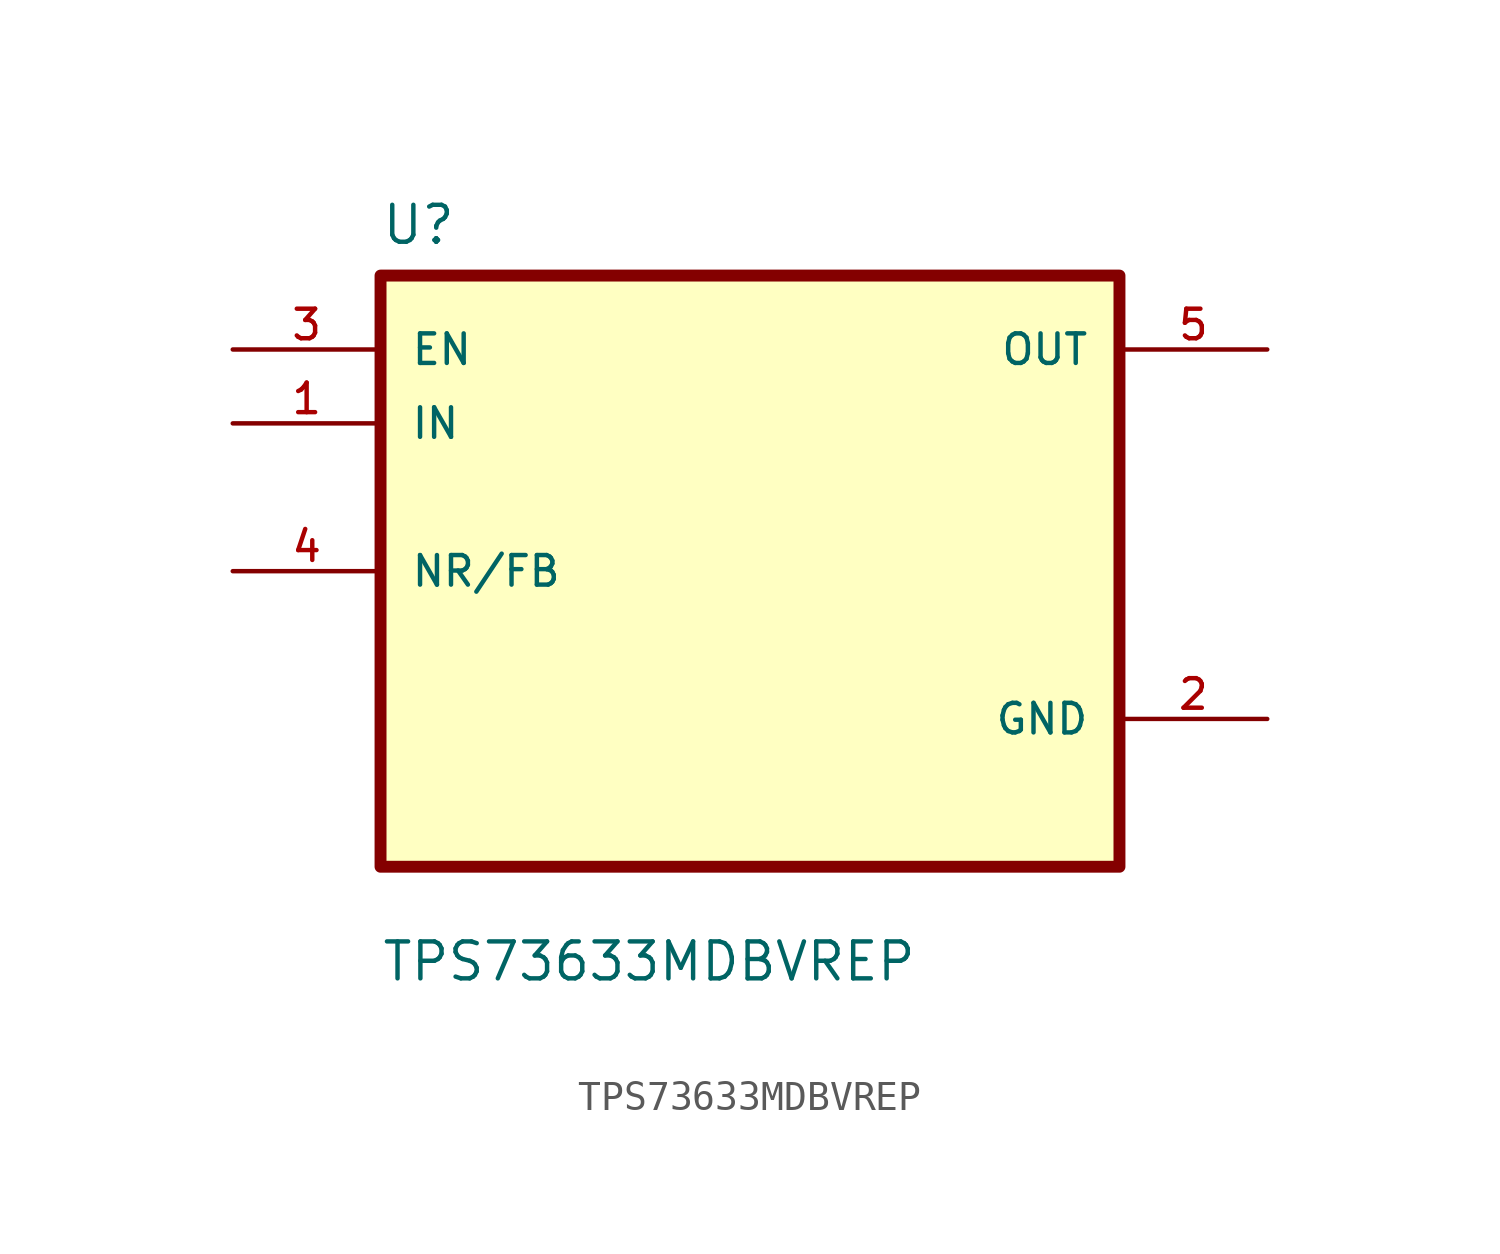
<source format=kicad_sym>
(kicad_symbol_lib
  (version 20211014)
  (generator kicad_symbol_editor)
  (symbol "TPS73633MDBVREP"
    (pin_names
      (offset 1.016))
    (property "Reference" "U"
      (at -12.7 11.16 0.0)
      (effects (font (size 1.27 1.27)) (justify bottom left)))
    (property "Value" "TPS73633MDBVREP"
      (at -12.7 -14.16 0.0)
      (effects (font (size 1.27 1.27)) (justify bottom left)))
    (symbol "TPS73633MDBVREP_0_0"
      (rectangle (start -12.7 -10.16) (end 12.7 10.16) (stroke (width 0.41)) (fill (type background)))
      (pin input line (at -17.78 7.62 0) (length 5.08) (name "EN" (effects (font (size 1.016 1.016)))) (number "3" (effects (font (size 1.016 1.016)))))
      (pin input line (at -17.78 5.08 0) (length 5.08) (name "IN" (effects (font (size 1.016 1.016)))) (number "1" (effects (font (size 1.016 1.016)))))
      (pin bidirectional line (at -17.78 0.0 0) (length 5.08) (name "NR/FB" (effects (font (size 1.016 1.016)))) (number "4" (effects (font (size 1.016 1.016)))))
      (pin output line (at 17.78 7.62 180.0) (length 5.08) (name "OUT" (effects (font (size 1.016 1.016)))) (number "5" (effects (font (size 1.016 1.016)))))
      (pin power_in line (at 17.78 -5.08 180.0) (length 5.08) (name "GND" (effects (font (size 1.016 1.016)))) (number "2" (effects (font (size 1.016 1.016))))))))
</source>
